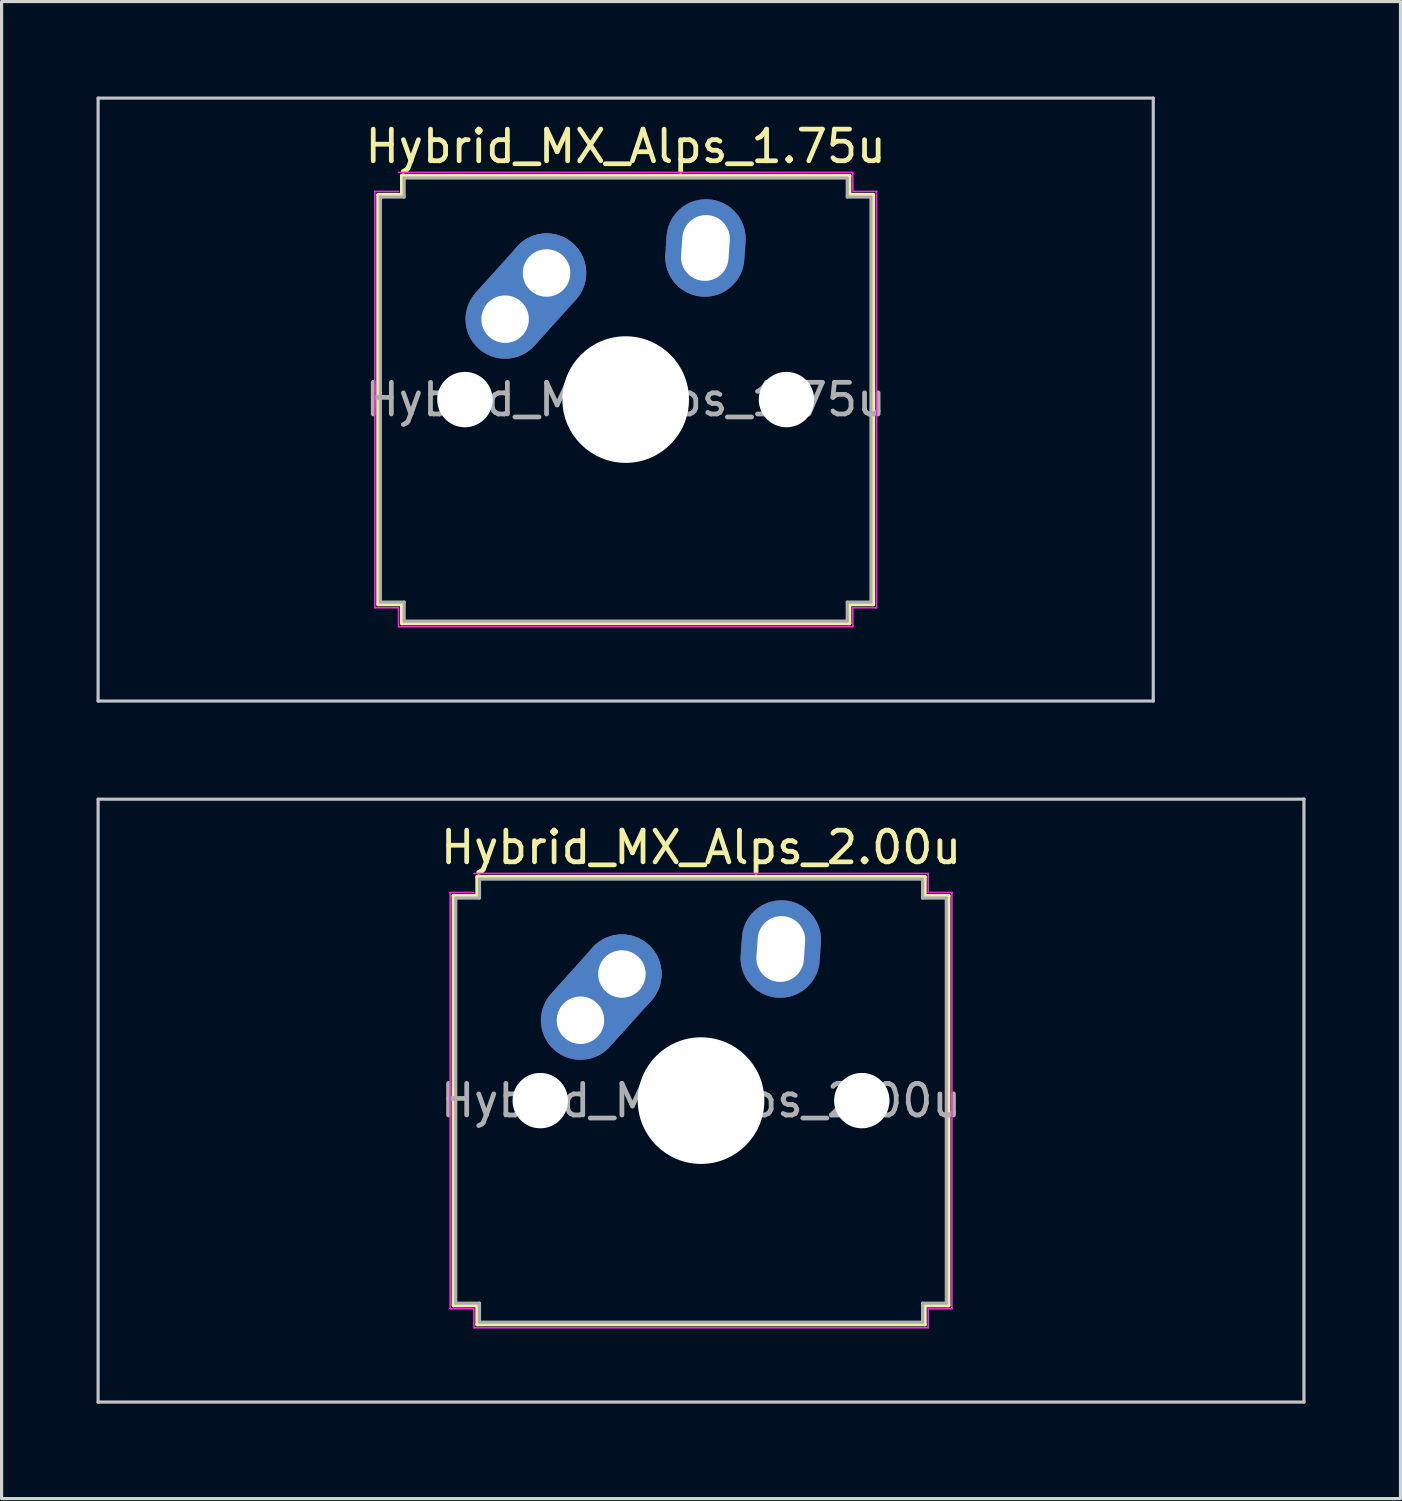
<source format=kicad_pcb>
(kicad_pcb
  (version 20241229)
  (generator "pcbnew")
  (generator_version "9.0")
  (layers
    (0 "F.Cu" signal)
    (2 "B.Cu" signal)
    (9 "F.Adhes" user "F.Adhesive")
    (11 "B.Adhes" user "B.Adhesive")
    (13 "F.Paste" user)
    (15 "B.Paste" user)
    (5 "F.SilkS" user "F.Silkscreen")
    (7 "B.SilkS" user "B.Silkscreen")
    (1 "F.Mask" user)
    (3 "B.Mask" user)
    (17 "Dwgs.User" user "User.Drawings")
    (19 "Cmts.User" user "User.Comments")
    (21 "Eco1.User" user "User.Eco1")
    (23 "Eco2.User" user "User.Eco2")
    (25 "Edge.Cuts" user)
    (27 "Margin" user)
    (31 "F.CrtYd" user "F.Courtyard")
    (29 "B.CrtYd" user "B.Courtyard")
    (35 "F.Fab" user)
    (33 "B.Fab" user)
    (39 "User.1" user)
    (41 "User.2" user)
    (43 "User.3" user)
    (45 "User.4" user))
  (footprint "Hybrid_MX_Alps_1.75u"
    (layer "F.Cu")
    (at 16.719 9.575)
    (property "Reference" "Hybrid_MX_Alps_1.75u" (at 0 -8 0) (layer "F.SilkS") (effects (font (size 1 1) (thickness 0.15))))
    (attr through_hole)
    (fp_line (start -7.821 -6.471) (end -7.071 -6.471) (stroke (width 0.12) (type solid)) (layer "F.SilkS"))
    (fp_line (start -7.821 6.471) (end -7.821 -6.471) (stroke (width 0.12) (type solid)) (layer "F.SilkS"))
    (fp_line (start -7.071 -7.071) (end 7.071 -7.071) (stroke (width 0.12) (type solid)) (layer "F.SilkS"))
    (fp_line (start -7.071 -6.471) (end -7.071 -7.071) (stroke (width 0.12) (type solid)) (layer "F.SilkS"))
    (fp_line (start -7.071 6.471) (end -7.821 6.471) (stroke (width 0.12) (type solid)) (layer "F.SilkS"))
    (fp_line (start -7.071 7.071) (end -7.071 6.471) (stroke (width 0.12) (type solid)) (layer "F.SilkS"))
    (fp_line (start 7.071 -7.071) (end 7.071 -6.471) (stroke (width 0.12) (type solid)) (layer "F.SilkS"))
    (fp_line (start 7.071 -6.471) (end 7.821 -6.471) (stroke (width 0.12) (type solid)) (layer "F.SilkS"))
    (fp_line (start 7.071 6.471) (end 7.071 7.071) (stroke (width 0.12) (type solid)) (layer "F.SilkS"))
    (fp_line (start 7.071 7.071) (end -7.071 7.071) (stroke (width 0.12) (type solid)) (layer "F.SilkS"))
    (fp_line (start 7.821 -6.471) (end 7.821 6.471) (stroke (width 0.12) (type solid)) (layer "F.SilkS"))
    (fp_line (start 7.821 6.471) (end 7.071 6.471) (stroke (width 0.12) (type solid)) (layer "F.SilkS"))
    (fp_line (start -16.669 -9.525) (end -16.669 9.525) (stroke (width 0.1) (type solid)) (layer "Dwgs.User"))
    (fp_line (start -16.669 9.525) (end 16.669 9.525) (stroke (width 0.1) (type solid)) (layer "Dwgs.User"))
    (fp_line (start 16.669 -9.525) (end -16.669 -9.525) (stroke (width 0.1) (type solid)) (layer "Dwgs.User"))
    (fp_line (start 16.669 9.525) (end 16.669 -9.525) (stroke (width 0.1) (type solid)) (layer "Dwgs.User"))
    (fp_line (start -7.927 -6.577) (end -7.177 -6.577) (stroke (width 0.05) (type solid)) (layer "F.CrtYd"))
    (fp_line (start -7.927 6.577) (end -7.927 -6.577) (stroke (width 0.05) (type solid)) (layer "F.CrtYd"))
    (fp_line (start -7.177 -7.177) (end 7.177 -7.177) (stroke (width 0.05) (type solid)) (layer "F.CrtYd"))
    (fp_line (start -7.177 6.577) (end -7.927 6.577) (stroke (width 0.05) (type solid)) (layer "F.CrtYd"))
    (fp_line (start -7.177 7.177) (end -7.177 6.577) (stroke (width 0.05) (type solid)) (layer "F.CrtYd"))
    (fp_line (start 7.177 -7.177) (end 7.177 -6.577) (stroke (width 0.05) (type solid)) (layer "F.CrtYd"))
    (fp_line (start 7.177 -6.577) (end 7.927 -6.577) (stroke (width 0.05) (type solid)) (layer "F.CrtYd"))
    (fp_line (start 7.177 6.577) (end 7.177 7.177) (stroke (width 0.05) (type solid)) (layer "F.CrtYd"))
    (fp_line (start 7.177 7.177) (end -7.177 7.177) (stroke (width 0.05) (type solid)) (layer "F.CrtYd"))
    (fp_line (start 7.927 -6.577) (end 7.927 6.577) (stroke (width 0.05) (type solid)) (layer "F.CrtYd"))
    (fp_line (start 7.927 6.577) (end 7.177 6.577) (stroke (width 0.05) (type solid)) (layer "F.CrtYd"))
    (fp_line (start -7.75 -6.4) (end -7 -6.4) (stroke (width 0.1) (type solid)) (layer "F.Fab"))
    (fp_line (start -7.75 6.4) (end -7.75 -6.4) (stroke (width 0.1) (type solid)) (layer "F.Fab"))
    (fp_line (start -7 -7) (end 7 -7) (stroke (width 0.1) (type solid)) (layer "F.Fab"))
    (fp_line (start -7 -6.4) (end -7 -7) (stroke (width 0.1) (type solid)) (layer "F.Fab"))
    (fp_line (start -7 6.4) (end -7.75 6.4) (stroke (width 0.1) (type solid)) (layer "F.Fab"))
    (fp_line (start -7 7) (end -7 6.4) (stroke (width 0.1) (type solid)) (layer "F.Fab"))
    (fp_line (start 7 -7) (end 7 -6.4) (stroke (width 0.1) (type solid)) (layer "F.Fab"))
    (fp_line (start 7 -6.4) (end 7.75 -6.4) (stroke (width 0.1) (type solid)) (layer "F.Fab"))
    (fp_line (start 7 6.4) (end 7 7) (stroke (width 0.1) (type solid)) (layer "F.Fab"))
    (fp_line (start 7 7) (end -7 7) (stroke (width 0.1) (type solid)) (layer "F.Fab"))
    (fp_line (start 7.75 -6.4) (end 7.75 6.4) (stroke (width 0.1) (type solid)) (layer "F.Fab"))
    (fp_line (start 7.75 6.4) (end 7 6.4) (stroke (width 0.1) (type solid)) (layer "F.Fab"))
    (fp_text user "${REFERENCE}" (at 0 0 0) (layer "F.Fab") (effects (font (size 1 1) (thickness 0.15))))
    (pad "" np_thru_hole circle (at -5.08 0) (size 1.75 1.75) (drill 1.75) (layers "*.Cu" "*.Mask"))
    (pad "" np_thru_hole circle (at 0 0) (size 4 4) (drill 4) (layers "*.Cu" "*.Mask"))
    (pad "" np_thru_hole circle (at 5.08 0) (size 1.75 1.75) (drill 1.75) (layers "*.Cu" "*.Mask"))
    (pad "1" thru_hole oval (at -3.81 -2.54 48) (size 4.462 2.5) (drill 1.5 (offset 0.981 0)) (layers "*.Cu" "*.Mask"))
    (pad "1" thru_hole circle (at -2.5 -4) (size 2.5 2.5) (drill 1.5) (layers "*.Cu" "*.Mask"))
    (pad "2" thru_hole oval (at 2.52 -4.79 86) (size 3.081 2.5) (drill oval 2.081 1.5) (layers "*.Cu" "*.Mask")))
  (footprint "Hybrid_MX_Alps_2.00u"
    (layer "F.Cu")
    (at 19.1 31.725)
    (property "Reference" "Hybrid_MX_Alps_2.00u" (at 0 -8 0) (layer "F.SilkS") (effects (font (size 1 1) (thickness 0.15))))
    (attr through_hole)
    (fp_line (start -7.821 -6.471) (end -7.071 -6.471) (stroke (width 0.12) (type solid)) (layer "F.SilkS"))
    (fp_line (start -7.821 6.471) (end -7.821 -6.471) (stroke (width 0.12) (type solid)) (layer "F.SilkS"))
    (fp_line (start -7.071 -7.071) (end 7.071 -7.071) (stroke (width 0.12) (type solid)) (layer "F.SilkS"))
    (fp_line (start -7.071 -6.471) (end -7.071 -7.071) (stroke (width 0.12) (type solid)) (layer "F.SilkS"))
    (fp_line (start -7.071 6.471) (end -7.821 6.471) (stroke (width 0.12) (type solid)) (layer "F.SilkS"))
    (fp_line (start -7.071 7.071) (end -7.071 6.471) (stroke (width 0.12) (type solid)) (layer "F.SilkS"))
    (fp_line (start 7.071 -7.071) (end 7.071 -6.471) (stroke (width 0.12) (type solid)) (layer "F.SilkS"))
    (fp_line (start 7.071 -6.471) (end 7.821 -6.471) (stroke (width 0.12) (type solid)) (layer "F.SilkS"))
    (fp_line (start 7.071 6.471) (end 7.071 7.071) (stroke (width 0.12) (type solid)) (layer "F.SilkS"))
    (fp_line (start 7.071 7.071) (end -7.071 7.071) (stroke (width 0.12) (type solid)) (layer "F.SilkS"))
    (fp_line (start 7.821 -6.471) (end 7.821 6.471) (stroke (width 0.12) (type solid)) (layer "F.SilkS"))
    (fp_line (start 7.821 6.471) (end 7.071 6.471) (stroke (width 0.12) (type solid)) (layer "F.SilkS"))
    (fp_line (start -19.05 -9.525) (end -19.05 9.525) (stroke (width 0.1) (type solid)) (layer "Dwgs.User"))
    (fp_line (start -19.05 9.525) (end 19.05 9.525) (stroke (width 0.1) (type solid)) (layer "Dwgs.User"))
    (fp_line (start 19.05 -9.525) (end -19.05 -9.525) (stroke (width 0.1) (type solid)) (layer "Dwgs.User"))
    (fp_line (start 19.05 9.525) (end 19.05 -9.525) (stroke (width 0.1) (type solid)) (layer "Dwgs.User"))
    (fp_line (start -7.927 -6.577) (end -7.177 -6.577) (stroke (width 0.05) (type solid)) (layer "F.CrtYd"))
    (fp_line (start -7.927 6.577) (end -7.927 -6.577) (stroke (width 0.05) (type solid)) (layer "F.CrtYd"))
    (fp_line (start -7.177 -7.177) (end 7.177 -7.177) (stroke (width 0.05) (type solid)) (layer "F.CrtYd"))
    (fp_line (start -7.177 6.577) (end -7.927 6.577) (stroke (width 0.05) (type solid)) (layer "F.CrtYd"))
    (fp_line (start -7.177 7.177) (end -7.177 6.577) (stroke (width 0.05) (type solid)) (layer "F.CrtYd"))
    (fp_line (start 7.177 -7.177) (end 7.177 -6.577) (stroke (width 0.05) (type solid)) (layer "F.CrtYd"))
    (fp_line (start 7.177 -6.577) (end 7.927 -6.577) (stroke (width 0.05) (type solid)) (layer "F.CrtYd"))
    (fp_line (start 7.177 6.577) (end 7.177 7.177) (stroke (width 0.05) (type solid)) (layer "F.CrtYd"))
    (fp_line (start 7.177 7.177) (end -7.177 7.177) (stroke (width 0.05) (type solid)) (layer "F.CrtYd"))
    (fp_line (start 7.927 -6.577) (end 7.927 6.577) (stroke (width 0.05) (type solid)) (layer "F.CrtYd"))
    (fp_line (start 7.927 6.577) (end 7.177 6.577) (stroke (width 0.05) (type solid)) (layer "F.CrtYd"))
    (fp_line (start -7.75 -6.4) (end -7 -6.4) (stroke (width 0.1) (type solid)) (layer "F.Fab"))
    (fp_line (start -7.75 6.4) (end -7.75 -6.4) (stroke (width 0.1) (type solid)) (layer "F.Fab"))
    (fp_line (start -7 -7) (end 7 -7) (stroke (width 0.1) (type solid)) (layer "F.Fab"))
    (fp_line (start -7 -6.4) (end -7 -7) (stroke (width 0.1) (type solid)) (layer "F.Fab"))
    (fp_line (start -7 6.4) (end -7.75 6.4) (stroke (width 0.1) (type solid)) (layer "F.Fab"))
    (fp_line (start -7 7) (end -7 6.4) (stroke (width 0.1) (type solid)) (layer "F.Fab"))
    (fp_line (start 7 -7) (end 7 -6.4) (stroke (width 0.1) (type solid)) (layer "F.Fab"))
    (fp_line (start 7 -6.4) (end 7.75 -6.4) (stroke (width 0.1) (type solid)) (layer "F.Fab"))
    (fp_line (start 7 6.4) (end 7 7) (stroke (width 0.1) (type solid)) (layer "F.Fab"))
    (fp_line (start 7 7) (end -7 7) (stroke (width 0.1) (type solid)) (layer "F.Fab"))
    (fp_line (start 7.75 -6.4) (end 7.75 6.4) (stroke (width 0.1) (type solid)) (layer "F.Fab"))
    (fp_line (start 7.75 6.4) (end 7 6.4) (stroke (width 0.1) (type solid)) (layer "F.Fab"))
    (fp_text user "${REFERENCE}" (at 0 0 0) (layer "F.Fab") (effects (font (size 1 1) (thickness 0.15))))
    (pad "" np_thru_hole circle (at -5.08 0) (size 1.75 1.75) (drill 1.75) (layers "*.Cu" "*.Mask"))
    (pad "" np_thru_hole circle (at 0 0) (size 4 4) (drill 4) (layers "*.Cu" "*.Mask"))
    (pad "" np_thru_hole circle (at 5.08 0) (size 1.75 1.75) (drill 1.75) (layers "*.Cu" "*.Mask"))
    (pad "1" thru_hole oval (at -3.81 -2.54 48) (size 4.462 2.5) (drill 1.5 (offset 0.981 0)) (layers "*.Cu" "*.Mask"))
    (pad "1" thru_hole circle (at -2.5 -4) (size 2.5 2.5) (drill 1.5) (layers "*.Cu" "*.Mask"))
    (pad "2" thru_hole oval (at 2.52 -4.79 86) (size 3.081 2.5) (drill oval 2.081 1.5) (layers "*.Cu" "*.Mask")))
  (gr_rect
    (start -3 -3)
    (end 41.2 44.3)
    (stroke (width 0.1) (type default))
    (fill no)
    (layer "Edge.Cuts")))
</source>
